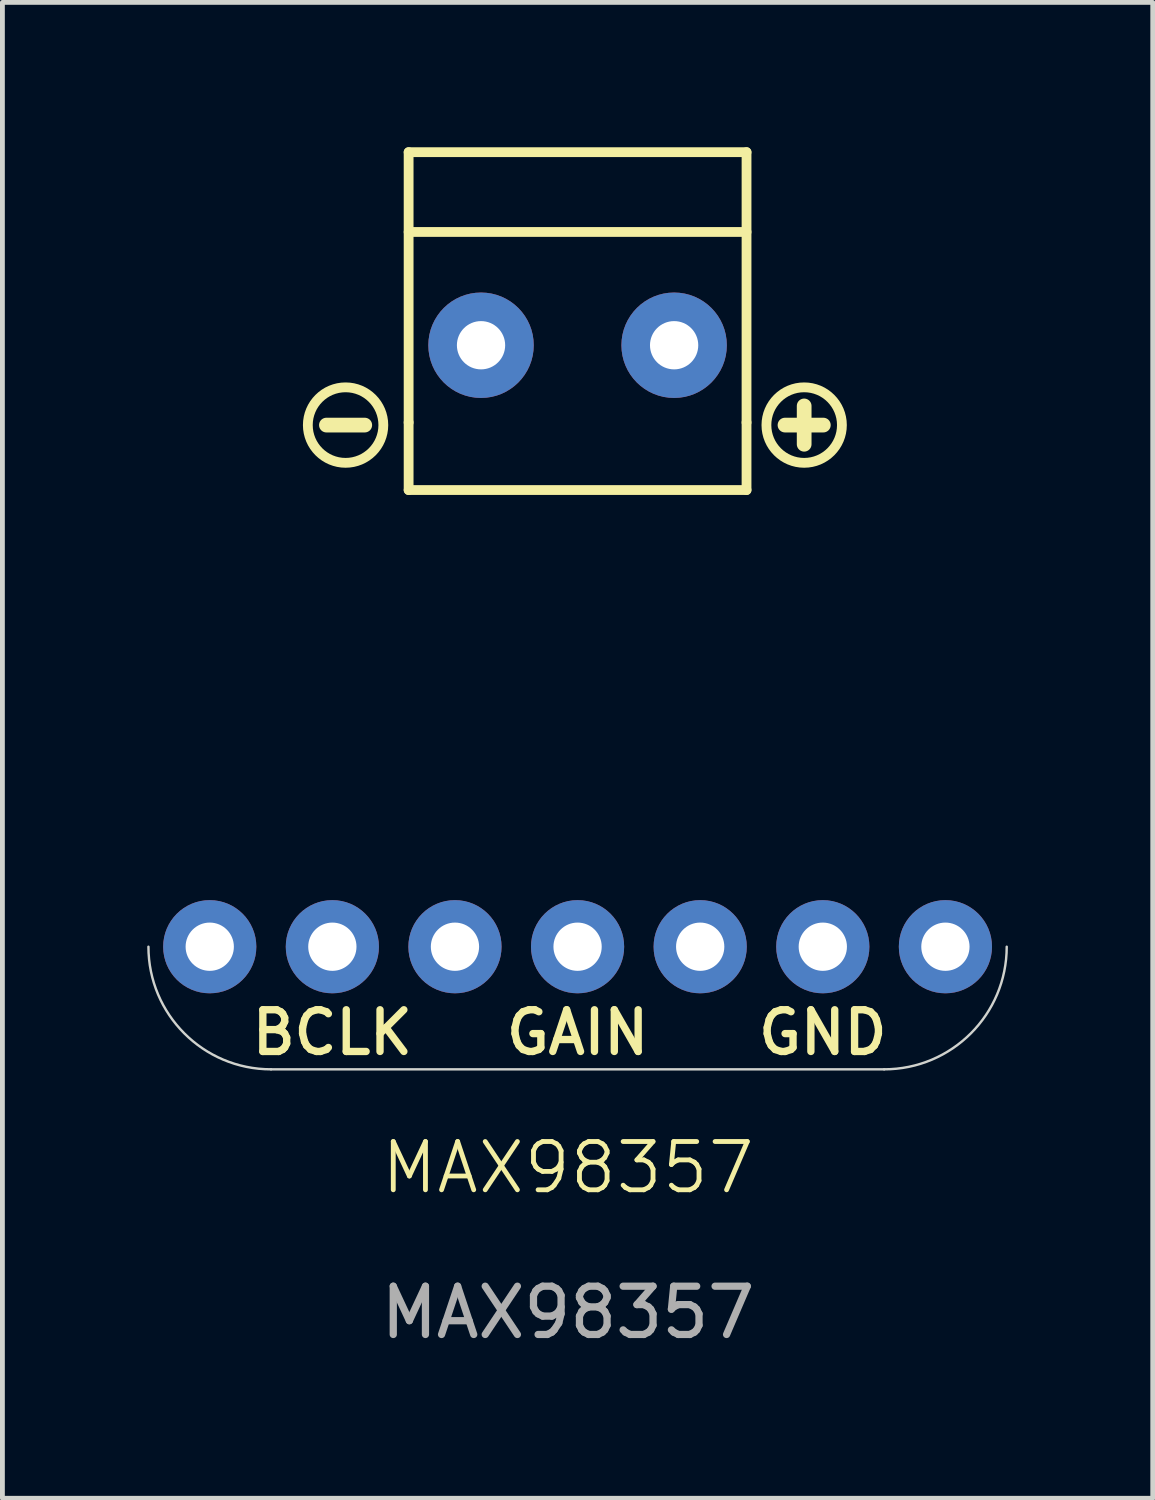
<source format=kicad_pcb>
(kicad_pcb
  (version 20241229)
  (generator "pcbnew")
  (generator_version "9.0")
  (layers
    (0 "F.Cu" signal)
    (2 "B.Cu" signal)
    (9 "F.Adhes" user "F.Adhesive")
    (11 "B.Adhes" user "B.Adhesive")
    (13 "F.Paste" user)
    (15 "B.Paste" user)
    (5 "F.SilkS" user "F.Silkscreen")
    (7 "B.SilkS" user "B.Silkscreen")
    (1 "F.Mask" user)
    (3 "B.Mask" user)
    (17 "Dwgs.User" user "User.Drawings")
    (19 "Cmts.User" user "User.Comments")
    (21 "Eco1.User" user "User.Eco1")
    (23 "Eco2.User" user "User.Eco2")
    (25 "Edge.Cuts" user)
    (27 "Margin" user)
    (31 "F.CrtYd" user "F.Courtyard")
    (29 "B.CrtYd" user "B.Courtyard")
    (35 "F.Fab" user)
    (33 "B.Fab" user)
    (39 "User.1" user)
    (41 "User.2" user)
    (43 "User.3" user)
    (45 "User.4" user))
  (footprint "MAX98357"
    (layer "F.Cu")
    (at 7.915 15.102)
    (property "Reference" "MAX98357" (at 0.801 6.038 0) (unlocked yes) (layer "F.SilkS") (effects (font (size 1 1) (thickness 0.1))))
    (attr through_hole)
    (fp_line (start -3.409 -9.346) (end -4.203 -9.346) (stroke (width 0.305) (type solid)) (layer "F.SilkS"))
    (fp_line (start -2.5 -15) (end -2.5 -9.4) (stroke (width 0.203) (type solid)) (layer "F.SilkS"))
    (fp_line (start -2.5 -13.346) (end 4.5 -13.346) (stroke (width 0.203) (type solid)) (layer "F.SilkS"))
    (fp_line (start -2.5 -9.4) (end -2.5 -8) (stroke (width 0.203) (type solid)) (layer "F.SilkS"))
    (fp_line (start -2.5 -8) (end 4.5 -8) (stroke (width 0.203) (type solid)) (layer "F.SilkS"))
    (fp_line (start 4.5 -15) (end -2.5 -15) (stroke (width 0.203) (type solid)) (layer "F.SilkS"))
    (fp_line (start 4.5 -9.4) (end 4.5 -15) (stroke (width 0.203) (type solid)) (layer "F.SilkS"))
    (fp_line (start 4.5 -8) (end 4.5 -9.4) (stroke (width 0.203) (type solid)) (layer "F.SilkS"))
    (fp_line (start 5.694 -9.743) (end 5.694 -8.949) (stroke (width 0.305) (type solid)) (layer "F.SilkS"))
    (fp_line (start 6.091 -9.346) (end 5.297 -9.346) (stroke (width 0.305) (type solid)) (layer "F.SilkS"))
    (fp_circle (center -3.806 -9.346) (end -3.024 -9.346) (stroke (width 0.203) (type solid)) (fill no) (layer "F.SilkS"))
    (fp_circle (center 5.694 -9.346) (end 6.476 -9.346) (stroke (width 0.203) (type solid)) (fill no) (layer "F.SilkS"))
    (fp_line (start 7.35 4) (end -5.35 4) (stroke (width 0.05) (type solid)) (layer "Edge.Cuts"))
    (fp_arc (start -5.35 4) (mid -7.146051 3.256051) (end -7.89 1.46) (stroke (width 0.05) (type solid)) (layer "Edge.Cuts"))
    (fp_arc (start 9.89 1.46) (mid 9.146051 3.256051) (end 7.35 4) (stroke (width 0.05) (type solid)) (layer "Edge.Cuts"))
    (fp_text user "BCLK" (at -4.08 3.238 0) (unlocked yes) (layer "F.SilkS") (effects (font (size 0.864 0.864) (thickness 0.152))))
    (fp_text user "GAIN" (at 1 3.238 0) (unlocked yes) (layer "F.SilkS") (effects (font (size 0.864 0.864) (thickness 0.152))))
    (fp_text user "GND" (at 6.08 3.238 0) (unlocked yes) (layer "F.SilkS") (effects (font (size 0.864 0.864) (thickness 0.152))))
    (fp_text user "${REFERENCE}" (at 0.801 9.038 0) (unlocked yes) (layer "F.Fab") (effects (font (size 1 1) (thickness 0.15))))
    (pad "1" thru_hole circle (at -1.54 1.46 270) (size 1.93 1.93) (drill 1) (layers "*.Cu" "*.Mask"))
    (pad "2" thru_hole circle (at 1 1.46 270) (size 1.93 1.93) (drill 1) (layers "*.Cu" "*.Mask"))
    (pad "3" thru_hole circle (at 6.08 1.46 270) (size 1.93 1.93) (drill 1) (layers "*.Cu" "*.Mask"))
    (pad "4" thru_hole circle (at 3.54 1.46 270) (size 1.93 1.93) (drill 1) (layers "*.Cu" "*.Mask"))
    (pad "7" thru_hole circle (at 8.62 1.46 270) (size 1.93 1.93) (drill 1) (layers "*.Cu" "*.Mask"))
    (pad "9" thru_hole circle (at 3 -11 180) (size 2.184 2.184) (drill 1) (layers "*.Cu" "*.Mask"))
    (pad "10" thru_hole circle (at -1 -11 180) (size 2.184 2.184) (drill 1) (layers "*.Cu" "*.Mask"))
    (pad "14" thru_hole circle (at -6.62 1.46 270) (size 1.93 1.93) (drill 1) (layers "*.Cu" "*.Mask"))
    (pad "16" thru_hole circle (at -4.08 1.46 270) (size 1.93 1.93) (drill 1) (layers "*.Cu" "*.Mask")))
  (gr_rect
    (start -3 -3)
    (end 20.83 27.988)
    (stroke (width 0.1) (type default))
    (fill no)
    (layer "Edge.Cuts")))
</source>
